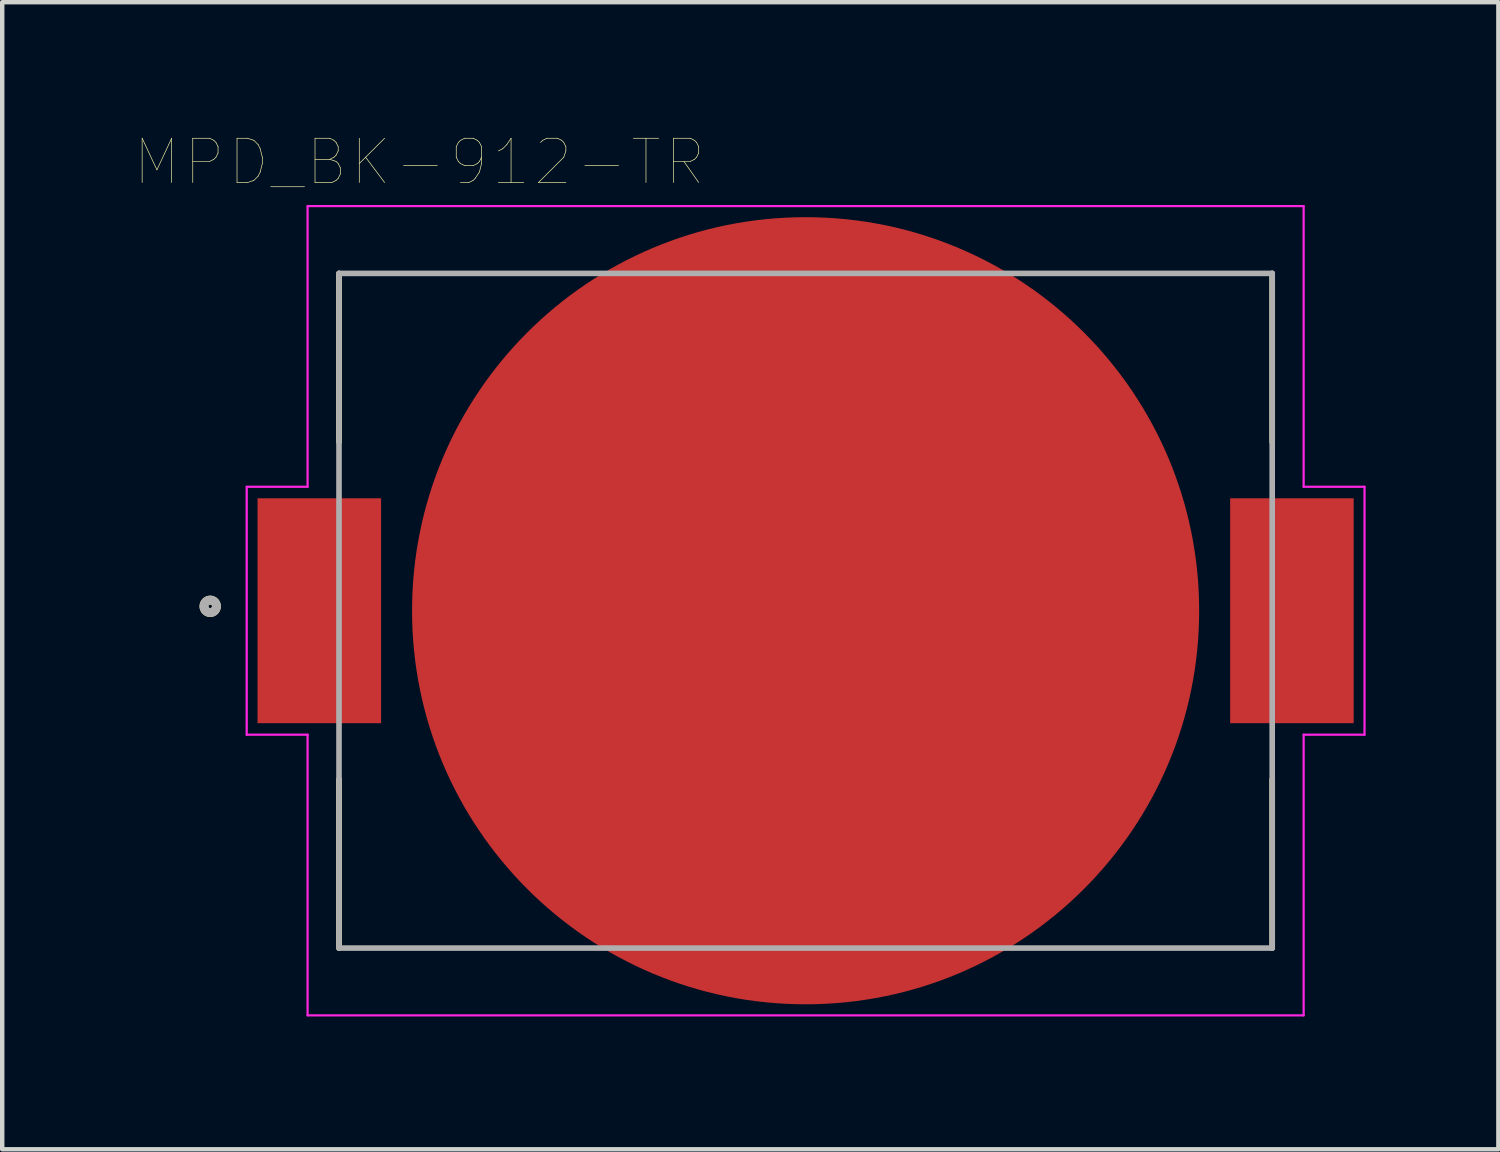
<source format=kicad_pcb>
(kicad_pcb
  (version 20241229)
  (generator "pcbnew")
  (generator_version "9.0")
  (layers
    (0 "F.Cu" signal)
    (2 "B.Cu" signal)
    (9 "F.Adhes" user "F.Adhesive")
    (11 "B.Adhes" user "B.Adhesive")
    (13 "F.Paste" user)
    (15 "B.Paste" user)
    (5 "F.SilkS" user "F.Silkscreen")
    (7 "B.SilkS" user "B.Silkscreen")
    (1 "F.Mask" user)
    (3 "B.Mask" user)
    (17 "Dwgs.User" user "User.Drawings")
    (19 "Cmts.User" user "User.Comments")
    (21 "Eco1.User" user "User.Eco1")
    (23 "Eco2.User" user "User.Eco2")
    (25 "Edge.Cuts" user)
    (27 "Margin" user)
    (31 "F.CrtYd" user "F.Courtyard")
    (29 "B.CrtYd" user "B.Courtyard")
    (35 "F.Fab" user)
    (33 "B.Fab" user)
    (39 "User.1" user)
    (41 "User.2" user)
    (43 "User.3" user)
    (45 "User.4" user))
  (footprint "MPD_BK-912-TR"
    (layer "F.Cu")
    (at 15.148 10.746)
    (property "Reference" "MPD_BK-912-TR" (at -8.725 -10.135 0) (layer "F.SilkS") (effects (font (size 1 1) (thickness 0.015))))
    (attr through_hole)
    (fp_line (start -10.54 -3.81) (end -10.54 -7.62) (stroke (width 0.127) (type solid)) (layer "F.SilkS"))
    (fp_line (start -10.54 7.62) (end -10.54 3.81) (stroke (width 0.127) (type solid)) (layer "F.SilkS"))
    (fp_line (start 10.54 -7.62) (end 10.54 -3.81) (stroke (width 0.127) (type solid)) (layer "F.SilkS"))
    (fp_line (start 10.54 3.81) (end 10.54 7.62) (stroke (width 0.127) (type solid)) (layer "F.SilkS"))
    (fp_circle (center -13.45 -0.1) (end -13.309 -0.1) (stroke (width 0.2) (type solid)) (fill no) (layer "F.SilkS"))
    (fp_line (start -12.625 -2.8) (end -11.25 -2.8) (stroke (width 0.05) (type solid)) (layer "F.CrtYd"))
    (fp_line (start -12.625 2.8) (end -12.625 -2.8) (stroke (width 0.05) (type solid)) (layer "F.CrtYd"))
    (fp_line (start -11.25 -9.14) (end 11.25 -9.14) (stroke (width 0.05) (type solid)) (layer "F.CrtYd"))
    (fp_line (start -11.25 -2.8) (end -11.25 -9.14) (stroke (width 0.05) (type solid)) (layer "F.CrtYd"))
    (fp_line (start -11.25 2.8) (end -12.625 2.8) (stroke (width 0.05) (type solid)) (layer "F.CrtYd"))
    (fp_line (start -11.25 9.14) (end -11.25 2.8) (stroke (width 0.05) (type solid)) (layer "F.CrtYd"))
    (fp_line (start 11.25 -9.14) (end 11.25 -2.8) (stroke (width 0.05) (type solid)) (layer "F.CrtYd"))
    (fp_line (start 11.25 -2.8) (end 12.625 -2.8) (stroke (width 0.05) (type solid)) (layer "F.CrtYd"))
    (fp_line (start 11.25 2.8) (end 11.25 9.14) (stroke (width 0.05) (type solid)) (layer "F.CrtYd"))
    (fp_line (start 11.25 9.14) (end -11.25 9.14) (stroke (width 0.05) (type solid)) (layer "F.CrtYd"))
    (fp_line (start 12.625 -2.8) (end 12.625 2.8) (stroke (width 0.05) (type solid)) (layer "F.CrtYd"))
    (fp_line (start 12.625 2.8) (end 11.25 2.8) (stroke (width 0.05) (type solid)) (layer "F.CrtYd"))
    (fp_line (start -10.54 -7.62) (end 10.54 -7.62) (stroke (width 0.127) (type solid)) (layer "F.Fab"))
    (fp_line (start -10.54 7.62) (end -10.54 -7.62) (stroke (width 0.127) (type solid)) (layer "F.Fab"))
    (fp_line (start 10.54 -7.62) (end 10.54 7.62) (stroke (width 0.127) (type solid)) (layer "F.Fab"))
    (fp_line (start 10.54 7.62) (end -10.54 7.62) (stroke (width 0.127) (type solid)) (layer "F.Fab"))
    (fp_circle (center -13.45 -0.1) (end -13.309 -0.1) (stroke (width 0.2) (type solid)) (fill no) (layer "F.Fab"))
    (pad "1" smd rect (at -10.985 0) (size 2.79 5.08) (layers "F.Cu" "F.Mask" "F.Paste"))
    (pad "1" smd rect (at 10.985 0) (size 2.79 5.08) (layers "F.Cu" "F.Mask" "F.Paste"))
    (pad "2" smd circle (at 0 0) (size 17.78 17.78) (layers "F.Cu" "F.Mask" "F.Paste")))
  (gr_rect
    (start -3 -3)
    (end 30.797 22.911)
    (stroke (width 0.1) (type default))
    (fill no)
    (layer "Edge.Cuts")))
</source>
